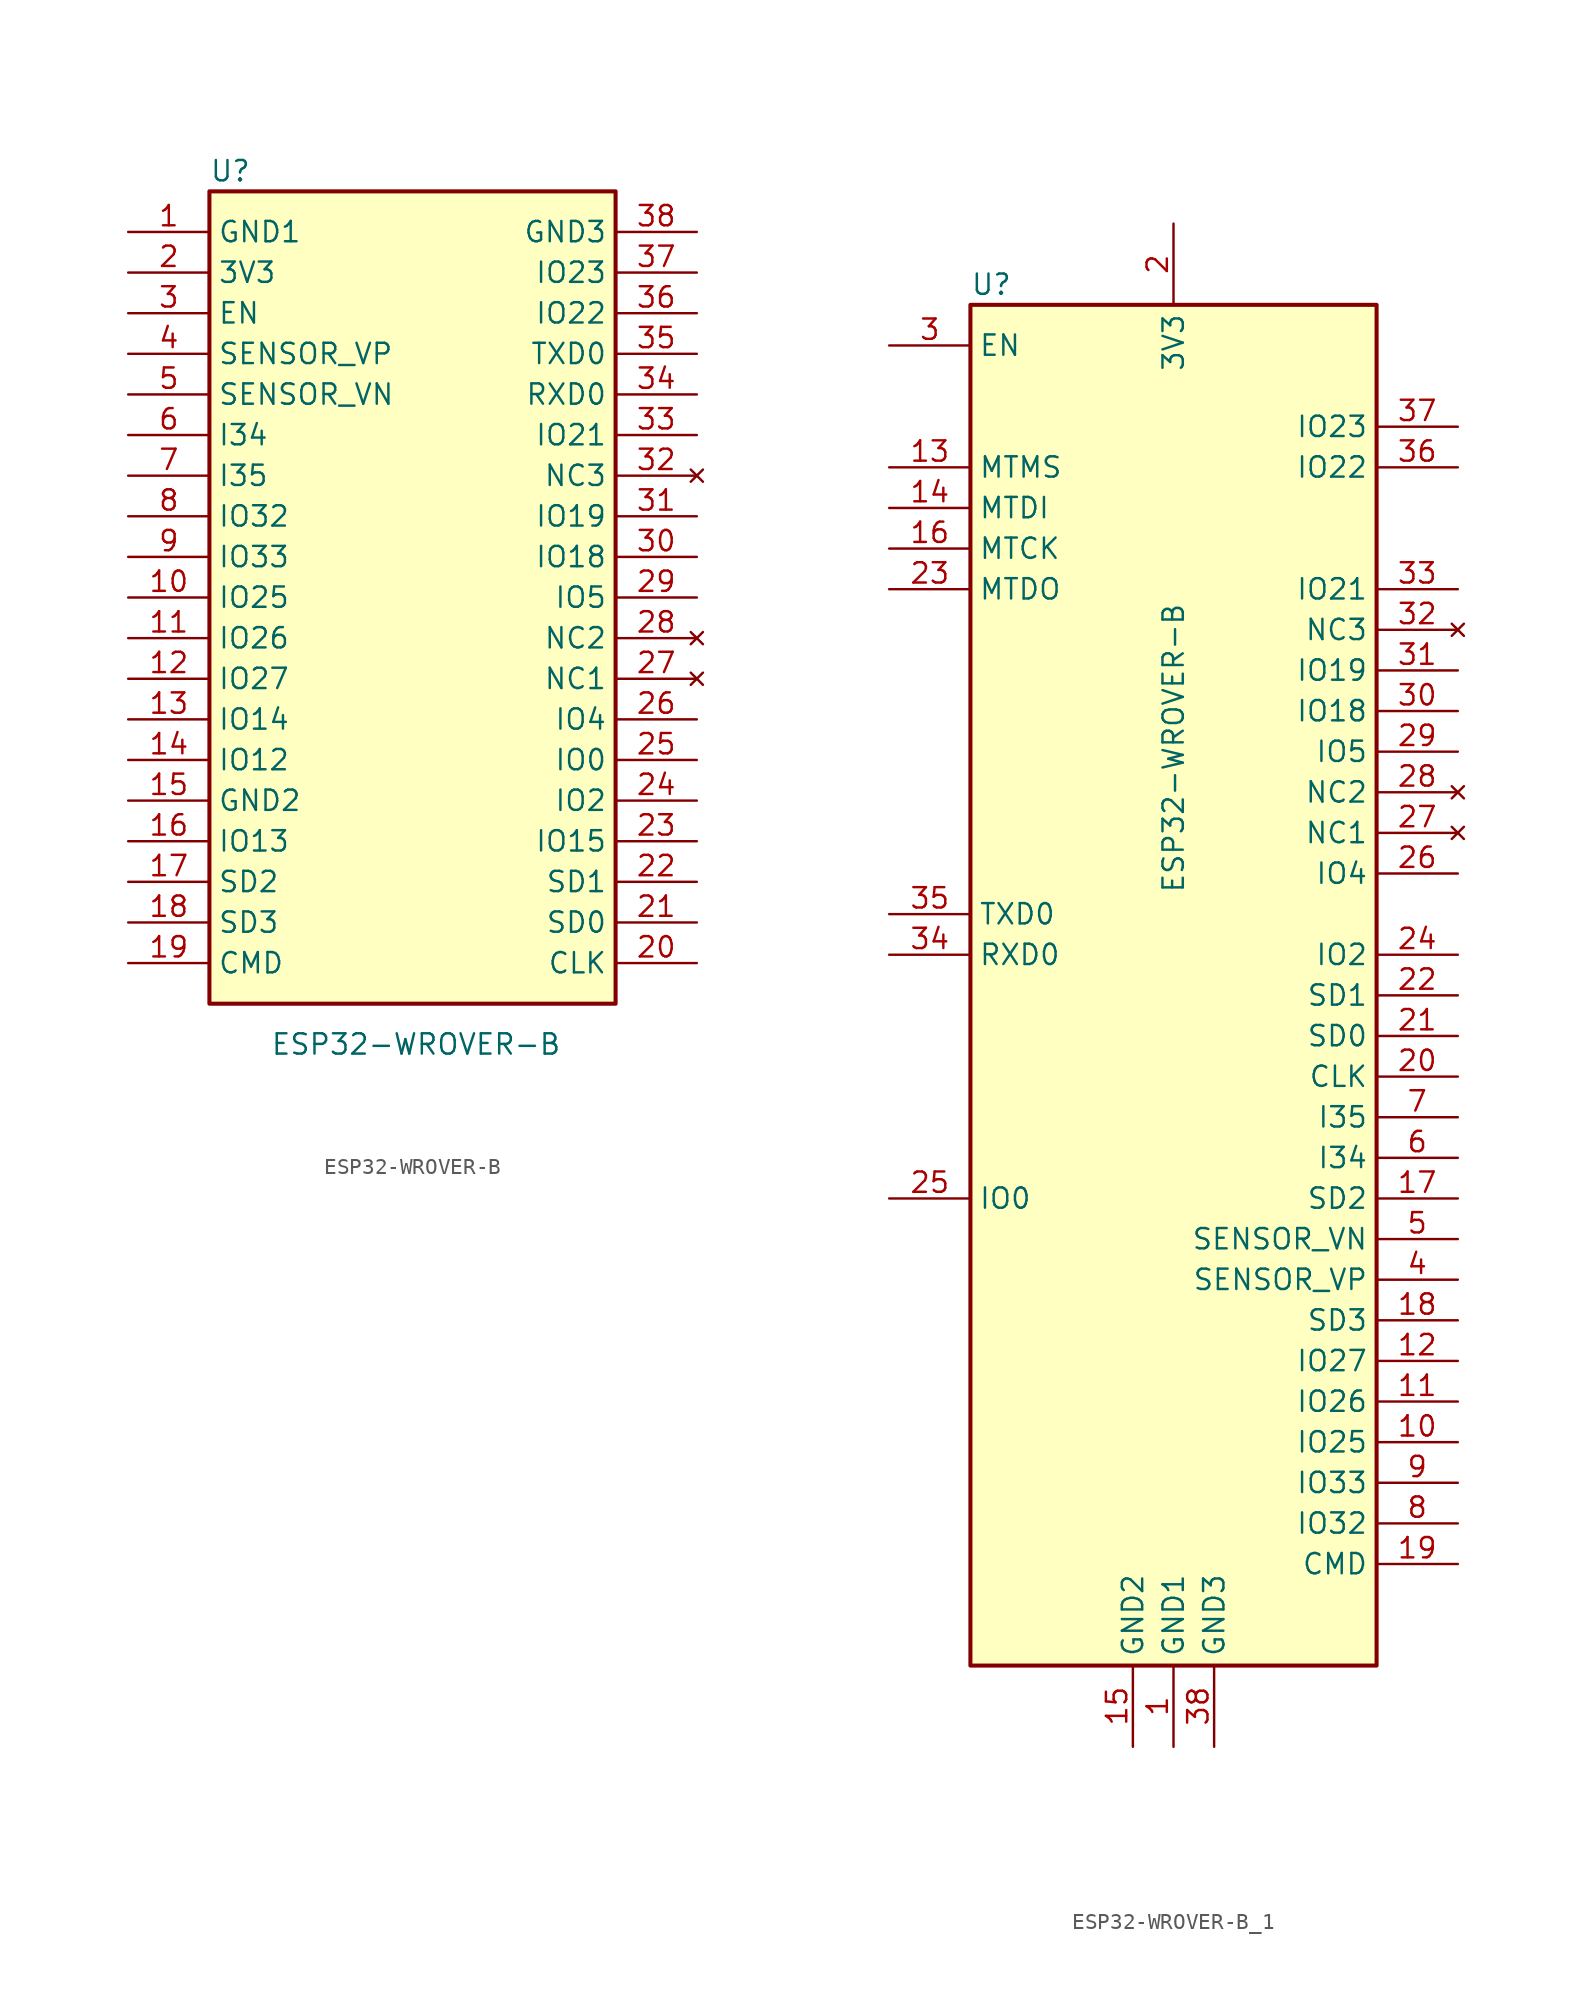
<source format=kicad_sym>
(kicad_symbol_lib
  (version 20220914)
  (generator kicad_symbol_editor)
  (symbol "ESP32-WROVER-B"
    (property "Reference" "U"
      (at -12.7 26.67 0)
      (effects (font (size 1.27 1.27)) (justify left)))
    (property "Value" "ESP32-WROVER-B"
      (at -8.89 -27.94 0)
      (effects (font (size 1.27 1.27)) (justify left)))
    (symbol "ESP32-WROVER-B_0_1"
      (rectangle (start -12.7 25.4) (end 12.7 -25.4) (stroke (width 0.254) (type default)) (fill (type background))))
    (symbol "ESP32-WROVER-B_1_1"
      (pin power_in line (at -17.78 22.86 0) (length 5.08) (name "GND1" (effects (font (size 1.27 1.27)))) (number "1" (effects (font (size 1.27 1.27)))))
      (pin bidirectional line (at -17.78 0 0) (length 5.08) (name "IO25" (effects (font (size 1.27 1.27)))) (number "10" (effects (font (size 1.27 1.27)))))
      (pin bidirectional line (at -17.78 -2.54 0) (length 5.08) (name "IO26" (effects (font (size 1.27 1.27)))) (number "11" (effects (font (size 1.27 1.27)))))
      (pin bidirectional line (at -17.78 -5.08 0) (length 5.08) (name "IO27" (effects (font (size 1.27 1.27)))) (number "12" (effects (font (size 1.27 1.27)))))
      (pin bidirectional line (at -17.78 -7.62 0) (length 5.08) (name "IO14" (effects (font (size 1.27 1.27)))) (number "13" (effects (font (size 1.27 1.27)))))
      (pin bidirectional line (at -17.78 -10.16 0) (length 5.08) (name "IO12" (effects (font (size 1.27 1.27)))) (number "14" (effects (font (size 1.27 1.27)))))
      (pin power_in line (at -17.78 -12.7 0) (length 5.08) (name "GND2" (effects (font (size 1.27 1.27)))) (number "15" (effects (font (size 1.27 1.27)))))
      (pin bidirectional line (at -17.78 -15.24 0) (length 5.08) (name "IO13" (effects (font (size 1.27 1.27)))) (number "16" (effects (font (size 1.27 1.27)))))
      (pin bidirectional line (at -17.78 -17.78 0) (length 5.08) (name "SD2" (effects (font (size 1.27 1.27)))) (number "17" (effects (font (size 1.27 1.27)))))
      (pin bidirectional line (at -17.78 -20.32 0) (length 5.08) (name "SD3" (effects (font (size 1.27 1.27)))) (number "18" (effects (font (size 1.27 1.27)))))
      (pin bidirectional line (at -17.78 -22.86 0) (length 5.08) (name "CMD" (effects (font (size 1.27 1.27)))) (number "19" (effects (font (size 1.27 1.27)))))
      (pin power_in line (at -17.78 20.32 0) (length 5.08) (name "3V3" (effects (font (size 1.27 1.27)))) (number "2" (effects (font (size 1.27 1.27)))))
      (pin bidirectional line (at 17.78 -22.86 180) (length 5.08) (name "CLK" (effects (font (size 1.27 1.27)))) (number "20" (effects (font (size 1.27 1.27)))))
      (pin bidirectional line (at 17.78 -20.32 180) (length 5.08) (name "SD0" (effects (font (size 1.27 1.27)))) (number "21" (effects (font (size 1.27 1.27)))))
      (pin bidirectional line (at 17.78 -17.78 180) (length 5.08) (name "SD1" (effects (font (size 1.27 1.27)))) (number "22" (effects (font (size 1.27 1.27)))))
      (pin bidirectional line (at 17.78 -15.24 180) (length 5.08) (name "IO15" (effects (font (size 1.27 1.27)))) (number "23" (effects (font (size 1.27 1.27)))))
      (pin bidirectional line (at 17.78 -12.7 180) (length 5.08) (name "IO2" (effects (font (size 1.27 1.27)))) (number "24" (effects (font (size 1.27 1.27)))))
      (pin bidirectional line (at 17.78 -10.16 180) (length 5.08) (name "IO0" (effects (font (size 1.27 1.27)))) (number "25" (effects (font (size 1.27 1.27)))))
      (pin bidirectional line (at 17.78 -7.62 180) (length 5.08) (name "IO4" (effects (font (size 1.27 1.27)))) (number "26" (effects (font (size 1.27 1.27)))))
      (pin no_connect line (at 17.78 -5.08 180) (length 5.08) (name "NC1" (effects (font (size 1.27 1.27)))) (number "27" (effects (font (size 1.27 1.27)))))
      (pin no_connect line (at 17.78 -2.54 180) (length 5.08) (name "NC2" (effects (font (size 1.27 1.27)))) (number "28" (effects (font (size 1.27 1.27)))))
      (pin bidirectional line (at 17.78 0 180) (length 5.08) (name "IO5" (effects (font (size 1.27 1.27)))) (number "29" (effects (font (size 1.27 1.27)))))
      (pin input line (at -17.78 17.78 0) (length 5.08) (name "EN" (effects (font (size 1.27 1.27)))) (number "3" (effects (font (size 1.27 1.27)))))
      (pin bidirectional line (at 17.78 2.54 180) (length 5.08) (name "IO18" (effects (font (size 1.27 1.27)))) (number "30" (effects (font (size 1.27 1.27)))))
      (pin bidirectional line (at 17.78 5.08 180) (length 5.08) (name "IO19" (effects (font (size 1.27 1.27)))) (number "31" (effects (font (size 1.27 1.27)))))
      (pin no_connect line (at 17.78 7.62 180) (length 5.08) (name "NC3" (effects (font (size 1.27 1.27)))) (number "32" (effects (font (size 1.27 1.27)))))
      (pin bidirectional line (at 17.78 10.16 180) (length 5.08) (name "IO21" (effects (font (size 1.27 1.27)))) (number "33" (effects (font (size 1.27 1.27)))))
      (pin bidirectional line (at 17.78 12.7 180) (length 5.08) (name "RXD0" (effects (font (size 1.27 1.27)))) (number "34" (effects (font (size 1.27 1.27)))))
      (pin bidirectional line (at 17.78 15.24 180) (length 5.08) (name "TXD0" (effects (font (size 1.27 1.27)))) (number "35" (effects (font (size 1.27 1.27)))))
      (pin bidirectional line (at 17.78 17.78 180) (length 5.08) (name "IO22" (effects (font (size 1.27 1.27)))) (number "36" (effects (font (size 1.27 1.27)))))
      (pin bidirectional line (at 17.78 20.32 180) (length 5.08) (name "IO23" (effects (font (size 1.27 1.27)))) (number "37" (effects (font (size 1.27 1.27)))))
      (pin power_in line (at 17.78 22.86 180) (length 5.08) (name "GND3" (effects (font (size 1.27 1.27)))) (number "38" (effects (font (size 1.27 1.27)))))
      (pin input line (at -17.78 15.24 0) (length 5.08) (name "SENSOR_VP" (effects (font (size 1.27 1.27)))) (number "4" (effects (font (size 1.27 1.27)))))
      (pin input line (at -17.78 12.7 0) (length 5.08) (name "SENSOR_VN" (effects (font (size 1.27 1.27)))) (number "5" (effects (font (size 1.27 1.27)))))
      (pin input line (at -17.78 10.16 0) (length 5.08) (name "I34" (effects (font (size 1.27 1.27)))) (number "6" (effects (font (size 1.27 1.27)))))
      (pin input line (at -17.78 7.62 0) (length 5.08) (name "I35" (effects (font (size 1.27 1.27)))) (number "7" (effects (font (size 1.27 1.27)))))
      (pin bidirectional line (at -17.78 5.08 0) (length 5.08) (name "IO32" (effects (font (size 1.27 1.27)))) (number "8" (effects (font (size 1.27 1.27)))))
      (pin bidirectional line (at -17.78 2.54 0) (length 5.08) (name "IO33" (effects (font (size 1.27 1.27)))) (number "9" (effects (font (size 1.27 1.27)))))))
  (symbol "ESP32-WROVER-B_1"
    (property "Reference" "U"
      (at -12.7 29.21 0)
      (effects (font (size 1.27 1.27)) (justify left)))
    (property "Value" "ESP32-WROVER-B"
      (at 0 -8.89 90)
      (effects (font (size 1.27 1.27)) (justify left)))
    (symbol "ESP32-WROVER-B_1_0_1"
      (rectangle (start -12.7 27.94) (end 12.7 -57.15) (stroke (width 0.254) (type default)) (fill (type background))))
    (symbol "ESP32-WROVER-B_1_1_1"
      (pin power_in line (at 0 -62.23 90) (length 5.08) (name "GND1" (effects (font (size 1.27 1.27)))) (number "1" (effects (font (size 1.27 1.27)))))
      (pin bidirectional line (at 17.78 -43.18 180) (length 5.08) (name "IO25" (effects (font (size 1.27 1.27)))) (number "10" (effects (font (size 1.27 1.27)))))
      (pin bidirectional line (at 17.78 -40.64 180) (length 5.08) (name "IO26" (effects (font (size 1.27 1.27)))) (number "11" (effects (font (size 1.27 1.27)))))
      (pin bidirectional line (at 17.78 -38.1 180) (length 5.08) (name "IO27" (effects (font (size 1.27 1.27)))) (number "12" (effects (font (size 1.27 1.27)))))
      (pin bidirectional line (at -17.78 17.78 0) (length 5.08) (name "MTMS" (effects (font (size 1.27 1.27)))) (number "13" (effects (font (size 1.27 1.27)))))
      (pin bidirectional line (at -17.78 15.24 0) (length 5.08) (name "MTDI" (effects (font (size 1.27 1.27)))) (number "14" (effects (font (size 1.27 1.27)))))
      (pin power_in line (at -2.54 -62.23 90) (length 5.08) (name "GND2" (effects (font (size 1.27 1.27)))) (number "15" (effects (font (size 1.27 1.27)))))
      (pin bidirectional line (at -17.78 12.7 0) (length 5.08) (name "MTCK" (effects (font (size 1.27 1.27)))) (number "16" (effects (font (size 1.27 1.27)))))
      (pin bidirectional line (at 17.78 -27.94 180) (length 5.08) (name "SD2" (effects (font (size 1.27 1.27)))) (number "17" (effects (font (size 1.27 1.27)))))
      (pin bidirectional line (at 17.78 -35.56 180) (length 5.08) (name "SD3" (effects (font (size 1.27 1.27)))) (number "18" (effects (font (size 1.27 1.27)))))
      (pin bidirectional line (at 17.78 -50.8 180) (length 5.08) (name "CMD" (effects (font (size 1.27 1.27)))) (number "19" (effects (font (size 1.27 1.27)))))
      (pin power_in line (at 0 33.02 270) (length 5.08) (name "3V3" (effects (font (size 1.27 1.27)))) (number "2" (effects (font (size 1.27 1.27)))))
      (pin bidirectional line (at 17.78 -20.32 180) (length 5.08) (name "CLK" (effects (font (size 1.27 1.27)))) (number "20" (effects (font (size 1.27 1.27)))))
      (pin bidirectional line (at 17.78 -17.78 180) (length 5.08) (name "SD0" (effects (font (size 1.27 1.27)))) (number "21" (effects (font (size 1.27 1.27)))))
      (pin bidirectional line (at 17.78 -15.24 180) (length 5.08) (name "SD1" (effects (font (size 1.27 1.27)))) (number "22" (effects (font (size 1.27 1.27)))))
      (pin bidirectional line (at -17.78 10.16 0) (length 5.08) (name "MTDO" (effects (font (size 1.27 1.27)))) (number "23" (effects (font (size 1.27 1.27)))))
      (pin bidirectional line (at 17.78 -12.7 180) (length 5.08) (name "IO2" (effects (font (size 1.27 1.27)))) (number "24" (effects (font (size 1.27 1.27)))))
      (pin bidirectional line (at -17.78 -27.94 0) (length 5.08) (name "IO0" (effects (font (size 1.27 1.27)))) (number "25" (effects (font (size 1.27 1.27)))))
      (pin bidirectional line (at 17.78 -7.62 180) (length 5.08) (name "IO4" (effects (font (size 1.27 1.27)))) (number "26" (effects (font (size 1.27 1.27)))))
      (pin no_connect line (at 17.78 -5.08 180) (length 5.08) (name "NC1" (effects (font (size 1.27 1.27)))) (number "27" (effects (font (size 1.27 1.27)))))
      (pin no_connect line (at 17.78 -2.54 180) (length 5.08) (name "NC2" (effects (font (size 1.27 1.27)))) (number "28" (effects (font (size 1.27 1.27)))))
      (pin bidirectional line (at 17.78 0 180) (length 5.08) (name "IO5" (effects (font (size 1.27 1.27)))) (number "29" (effects (font (size 1.27 1.27)))))
      (pin input line (at -17.78 25.4 0) (length 5.08) (name "EN" (effects (font (size 1.27 1.27)))) (number "3" (effects (font (size 1.27 1.27)))))
      (pin bidirectional line (at 17.78 2.54 180) (length 5.08) (name "IO18" (effects (font (size 1.27 1.27)))) (number "30" (effects (font (size 1.27 1.27)))))
      (pin bidirectional line (at 17.78 5.08 180) (length 5.08) (name "IO19" (effects (font (size 1.27 1.27)))) (number "31" (effects (font (size 1.27 1.27)))))
      (pin no_connect line (at 17.78 7.62 180) (length 5.08) (name "NC3" (effects (font (size 1.27 1.27)))) (number "32" (effects (font (size 1.27 1.27)))))
      (pin bidirectional line (at 17.78 10.16 180) (length 5.08) (name "IO21" (effects (font (size 1.27 1.27)))) (number "33" (effects (font (size 1.27 1.27)))))
      (pin bidirectional line (at -17.78 -12.7 0) (length 5.08) (name "RXD0" (effects (font (size 1.27 1.27)))) (number "34" (effects (font (size 1.27 1.27)))))
      (pin bidirectional line (at -17.78 -10.16 0) (length 5.08) (name "TXD0" (effects (font (size 1.27 1.27)))) (number "35" (effects (font (size 1.27 1.27)))))
      (pin bidirectional line (at 17.78 17.78 180) (length 5.08) (name "IO22" (effects (font (size 1.27 1.27)))) (number "36" (effects (font (size 1.27 1.27)))))
      (pin bidirectional line (at 17.78 20.32 180) (length 5.08) (name "IO23" (effects (font (size 1.27 1.27)))) (number "37" (effects (font (size 1.27 1.27)))))
      (pin power_in line (at 2.54 -62.23 90) (length 5.08) (name "GND3" (effects (font (size 1.27 1.27)))) (number "38" (effects (font (size 1.27 1.27)))))
      (pin input line (at 17.78 -33.02 180) (length 5.08) (name "SENSOR_VP" (effects (font (size 1.27 1.27)))) (number "4" (effects (font (size 1.27 1.27)))))
      (pin input line (at 17.78 -30.48 180) (length 5.08) (name "SENSOR_VN" (effects (font (size 1.27 1.27)))) (number "5" (effects (font (size 1.27 1.27)))))
      (pin input line (at 17.78 -25.4 180) (length 5.08) (name "I34" (effects (font (size 1.27 1.27)))) (number "6" (effects (font (size 1.27 1.27)))))
      (pin input line (at 17.78 -22.86 180) (length 5.08) (name "I35" (effects (font (size 1.27 1.27)))) (number "7" (effects (font (size 1.27 1.27)))))
      (pin bidirectional line (at 17.78 -48.26 180) (length 5.08) (name "IO32" (effects (font (size 1.27 1.27)))) (number "8" (effects (font (size 1.27 1.27)))))
      (pin bidirectional line (at 17.78 -45.72 180) (length 5.08) (name "IO33" (effects (font (size 1.27 1.27)))) (number "9" (effects (font (size 1.27 1.27))))))))
</source>
